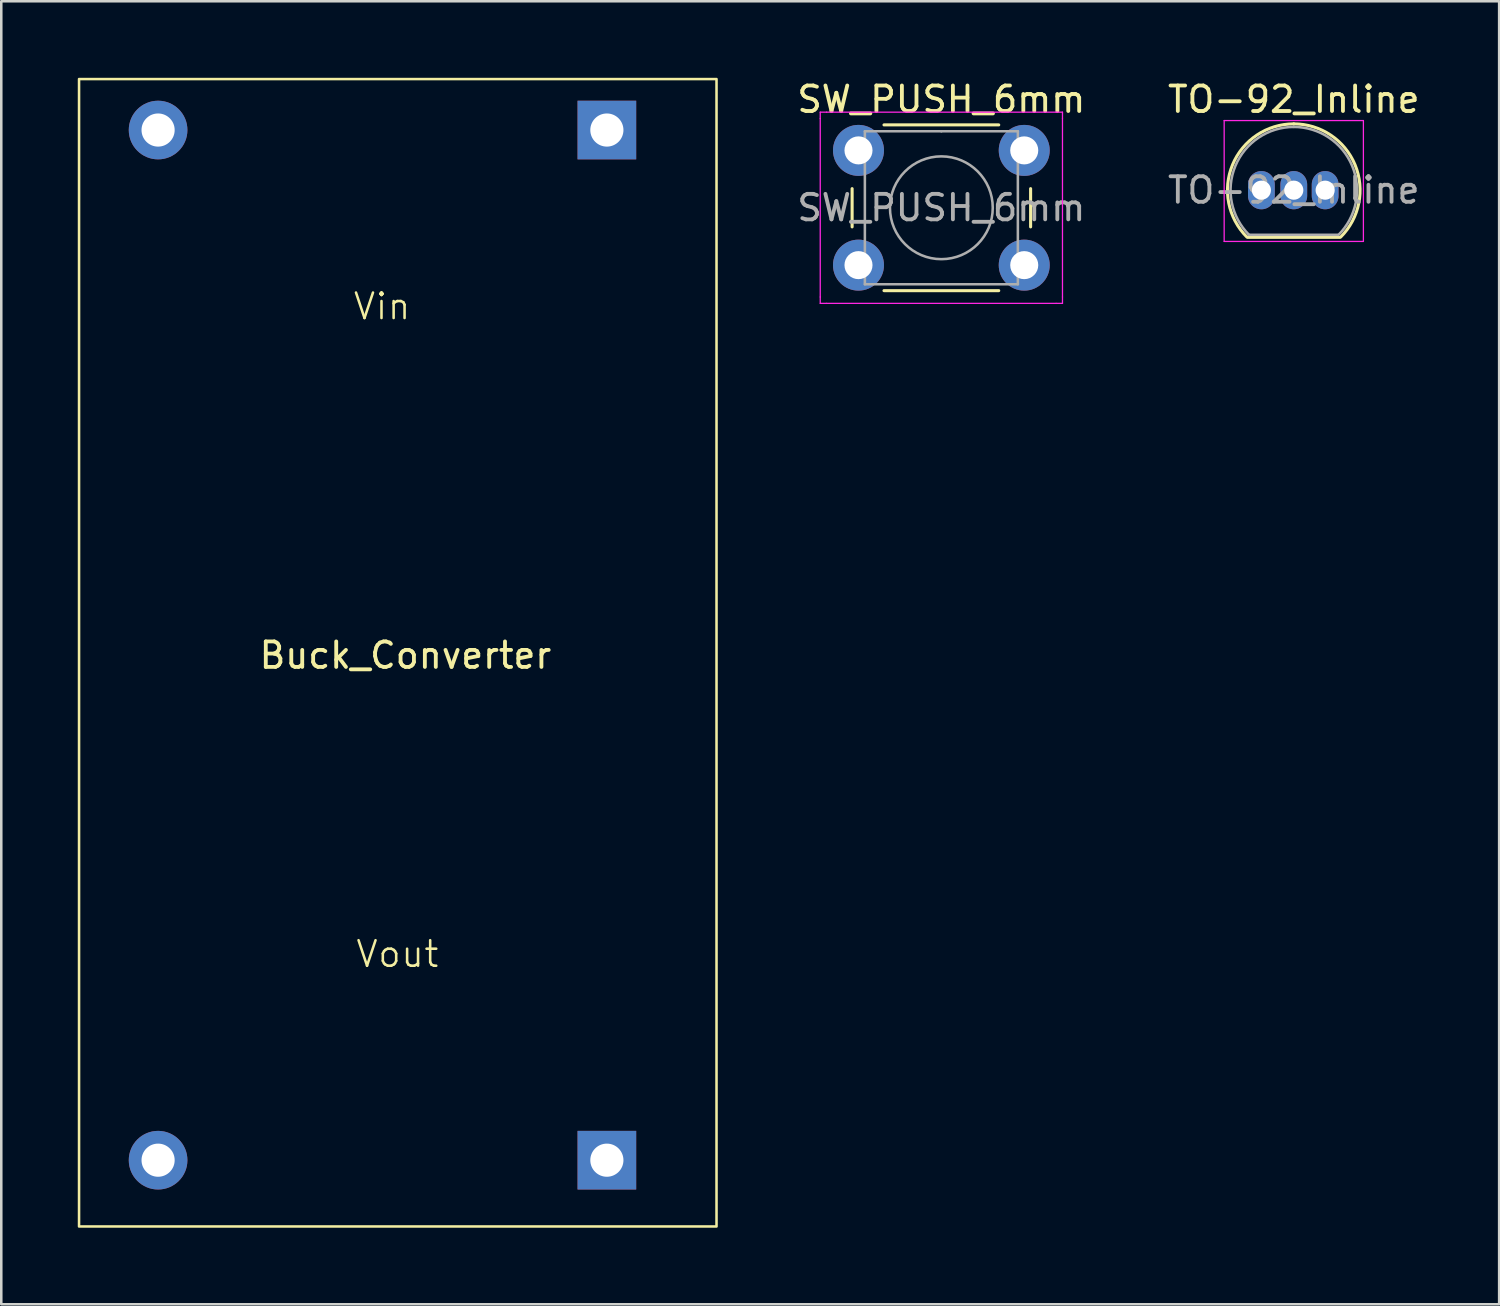
<source format=kicad_pcb>
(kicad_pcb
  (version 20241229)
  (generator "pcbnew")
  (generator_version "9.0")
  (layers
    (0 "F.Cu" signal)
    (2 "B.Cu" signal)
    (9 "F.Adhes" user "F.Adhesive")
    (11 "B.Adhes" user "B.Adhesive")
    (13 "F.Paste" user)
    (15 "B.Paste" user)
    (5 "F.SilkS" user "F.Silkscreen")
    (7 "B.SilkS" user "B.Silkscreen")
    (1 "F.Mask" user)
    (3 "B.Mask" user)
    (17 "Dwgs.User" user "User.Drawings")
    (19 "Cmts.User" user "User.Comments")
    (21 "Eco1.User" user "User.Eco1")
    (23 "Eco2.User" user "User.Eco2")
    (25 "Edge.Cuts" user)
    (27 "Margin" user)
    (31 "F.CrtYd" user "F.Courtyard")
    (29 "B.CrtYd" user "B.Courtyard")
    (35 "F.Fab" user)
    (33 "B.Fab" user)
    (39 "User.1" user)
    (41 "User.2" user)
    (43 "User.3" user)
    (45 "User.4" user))
  (footprint "SW_PUSH_6mm"
    (layer "F.Cu")
    (at 30.618 2.848)
    (property "Reference" "SW_PUSH_6mm" (at 3.25 -2 0) (layer "F.SilkS") (effects (font (size 1 1) (thickness 0.15))))
    (attr through_hole)
    (fp_line (start -0.25 1.5) (end -0.25 3) (stroke (width 0.12) (type solid)) (layer "F.SilkS"))
    (fp_line (start 1 5.5) (end 5.5 5.5) (stroke (width 0.12) (type solid)) (layer "F.SilkS"))
    (fp_line (start 5.5 -1) (end 1 -1) (stroke (width 0.12) (type solid)) (layer "F.SilkS"))
    (fp_line (start 6.75 3) (end 6.75 1.5) (stroke (width 0.12) (type solid)) (layer "F.SilkS"))
    (fp_line (start -1.5 -1.5) (end -1.25 -1.5) (stroke (width 0.05) (type solid)) (layer "F.CrtYd"))
    (fp_line (start -1.5 -1.25) (end -1.5 -1.5) (stroke (width 0.05) (type solid)) (layer "F.CrtYd"))
    (fp_line (start -1.5 5.75) (end -1.5 -1.25) (stroke (width 0.05) (type solid)) (layer "F.CrtYd"))
    (fp_line (start -1.5 5.75) (end -1.5 6) (stroke (width 0.05) (type solid)) (layer "F.CrtYd"))
    (fp_line (start -1.5 6) (end -1.25 6) (stroke (width 0.05) (type solid)) (layer "F.CrtYd"))
    (fp_line (start -1.25 -1.5) (end 7.75 -1.5) (stroke (width 0.05) (type solid)) (layer "F.CrtYd"))
    (fp_line (start 7.75 -1.5) (end 8 -1.5) (stroke (width 0.05) (type solid)) (layer "F.CrtYd"))
    (fp_line (start 7.75 6) (end -1.25 6) (stroke (width 0.05) (type solid)) (layer "F.CrtYd"))
    (fp_line (start 7.75 6) (end 8 6) (stroke (width 0.05) (type solid)) (layer "F.CrtYd"))
    (fp_line (start 8 -1.5) (end 8 -1.25) (stroke (width 0.05) (type solid)) (layer "F.CrtYd"))
    (fp_line (start 8 -1.25) (end 8 5.75) (stroke (width 0.05) (type solid)) (layer "F.CrtYd"))
    (fp_line (start 8 6) (end 8 5.75) (stroke (width 0.05) (type solid)) (layer "F.CrtYd"))
    (fp_line (start 0.25 -0.75) (end 3.25 -0.75) (stroke (width 0.1) (type solid)) (layer "F.Fab"))
    (fp_line (start 0.25 5.25) (end 0.25 -0.75) (stroke (width 0.1) (type solid)) (layer "F.Fab"))
    (fp_line (start 3.25 -0.75) (end 6.25 -0.75) (stroke (width 0.1) (type solid)) (layer "F.Fab"))
    (fp_line (start 6.25 -0.75) (end 6.25 5.25) (stroke (width 0.1) (type solid)) (layer "F.Fab"))
    (fp_line (start 6.25 5.25) (end 0.25 5.25) (stroke (width 0.1) (type solid)) (layer "F.Fab"))
    (fp_circle (center 3.25 2.25) (end 1.25 2.5) (stroke (width 0.1) (type solid)) (fill no) (layer "F.Fab"))
    (fp_text user "${REFERENCE}" (at 3.25 2.25 0) (layer "F.Fab") (effects (font (size 1 1) (thickness 0.15))))
    (pad "1" thru_hole circle (at 0 0 90) (size 2 2) (drill 1.1) (layers "*.Cu" "*.Mask"))
    (pad "2" thru_hole circle (at 6.5 0 90) (size 2 2) (drill 1.1) (layers "*.Cu" "*.Mask"))
    (pad "3" thru_hole circle (at 6.5 4.5 90) (size 2 2) (drill 1.1) (layers "*.Cu" "*.Mask"))
    (pad "4" thru_hole circle (at 0 4.5 90) (size 2 2) (drill 1.1) (layers "*.Cu" "*.Mask")))
  (footprint "TO-92_Inline"
    (layer "F.Cu")
    (at 46.419 4.408)
    (property "Reference" "TO-92_Inline" (at 1.27 -3.56 0) (layer "F.SilkS") (effects (font (size 1 1) (thickness 0.15))))
    (attr through_hole)
    (fp_line (start -0.53 1.85) (end 3.07 1.85) (stroke (width 0.12) (type solid)) (layer "F.SilkS"))
    (fp_arc (start -0.568478 1.838478) (mid -1.132087 -0.994977) (end 1.27 -2.6) (stroke (width 0.12) (type solid)) (layer "F.SilkS"))
    (fp_arc (start 1.27 -2.6) (mid 3.672087 -0.994977) (end 3.108478 1.838478) (stroke (width 0.12) (type solid)) (layer "F.SilkS"))
    (fp_line (start -1.46 -2.73) (end -1.46 2.01) (stroke (width 0.05) (type solid)) (layer "F.CrtYd"))
    (fp_line (start -1.46 -2.73) (end 4 -2.73) (stroke (width 0.05) (type solid)) (layer "F.CrtYd"))
    (fp_line (start 4 2.01) (end -1.46 2.01) (stroke (width 0.05) (type solid)) (layer "F.CrtYd"))
    (fp_line (start 4 2.01) (end 4 -2.73) (stroke (width 0.05) (type solid)) (layer "F.CrtYd"))
    (fp_line (start -0.5 1.75) (end 3 1.75) (stroke (width 0.1) (type solid)) (layer "F.Fab"))
    (fp_arc (start -0.483625 1.753625) (mid -1.021221 -0.949055) (end 1.27 -2.48) (stroke (width 0.1) (type solid)) (layer "F.Fab"))
    (fp_arc (start 1.27 -2.48) (mid 3.561221 -0.949055) (end 3.023625 1.753625) (stroke (width 0.1) (type solid)) (layer "F.Fab"))
    (fp_text user "${REFERENCE}" (at 1.27 0 0) (layer "F.Fab") (effects (font (size 1 1) (thickness 0.15))))
    (pad "1" thru_hole oval (at 0 0) (size 1.05 1.5) (drill 0.75) (layers "*.Cu" "*.Mask"))
    (pad "2" thru_hole oval (at 1.27 0) (size 1.05 1.5) (drill 0.75) (layers "*.Cu" "*.Mask"))
    (pad "3" thru_hole oval (at 2.5 0) (size 1.05 1.5) (drill 0.75) (layers "*.Cu" "*.Mask")))
  (footprint "Buck_Converter"
    (layer "F.Cu")
    (at 3.15 2.05)
    (property "Reference" "Buck_Converter" (at 9.7 20.6 0) (layer "F.SilkS") (effects (font (size 1 1) (thickness 0.15))))
    (attr through_hole)
    (fp_rect (start -3.1 -2) (end 21.9 43) (stroke (width 0.1) (type default)) (fill no) (layer "F.SilkS"))
    (fp_text user "Vin" (at 7.6 7.5 0) (unlocked yes) (layer "F.SilkS") (effects (font (size 1 1) (thickness 0.1)) (justify left bottom)))
    (fp_text user "Vout" (at 7.7 32.9 0) (unlocked yes) (layer "F.SilkS") (effects (font (size 1 1) (thickness 0.1)) (justify left bottom)))
    (pad "1" thru_hole rect (at 17.6 0) (size 2.3 2.3) (drill 1.3) (layers "*.Cu" "*.Mask"))
    (pad "2" thru_hole circle (at 0 0) (size 2.3 2.3) (drill 1.3) (layers "*.Cu" "*.Mask"))
    (pad "3" thru_hole rect (at 17.6 40.4) (size 2.3 2.3) (drill 1.3) (layers "*.Cu" "*.Mask"))
    (pad "4" thru_hole circle (at 0 40.4) (size 2.3 2.3) (drill 1.3) (layers "*.Cu" "*.Mask")))
  (gr_rect
    (start -3 -3)
    (end 55.743 48.1)
    (stroke (width 0.1) (type default))
    (fill no)
    (layer "Edge.Cuts")))
</source>
